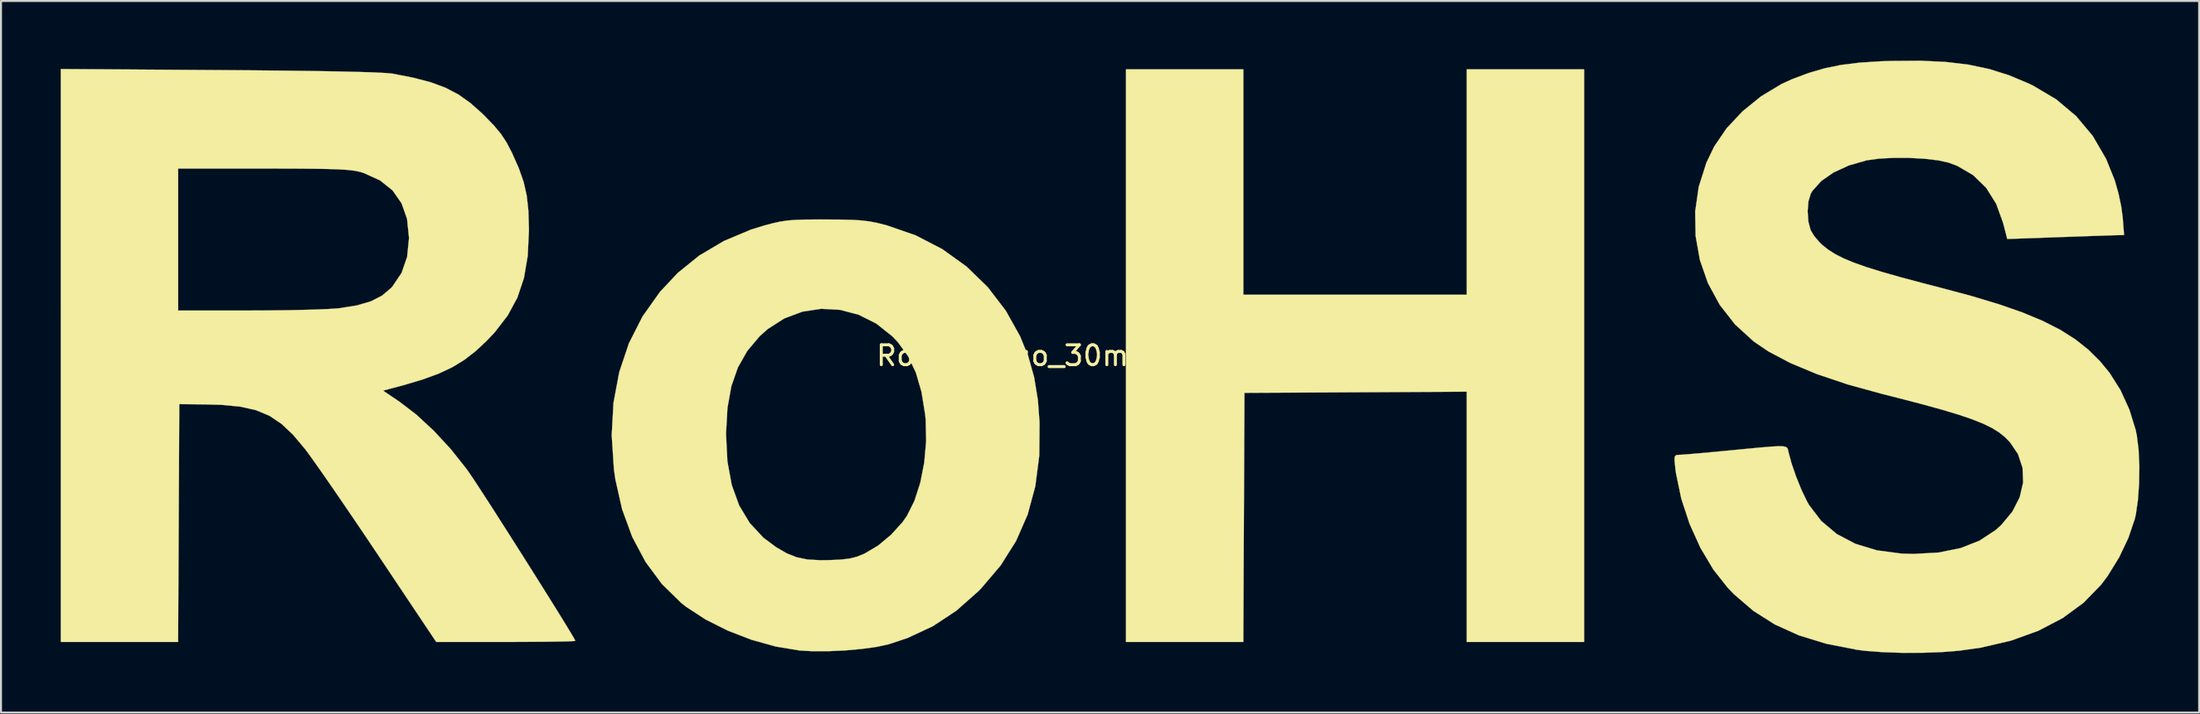
<source format=kicad_pcb>
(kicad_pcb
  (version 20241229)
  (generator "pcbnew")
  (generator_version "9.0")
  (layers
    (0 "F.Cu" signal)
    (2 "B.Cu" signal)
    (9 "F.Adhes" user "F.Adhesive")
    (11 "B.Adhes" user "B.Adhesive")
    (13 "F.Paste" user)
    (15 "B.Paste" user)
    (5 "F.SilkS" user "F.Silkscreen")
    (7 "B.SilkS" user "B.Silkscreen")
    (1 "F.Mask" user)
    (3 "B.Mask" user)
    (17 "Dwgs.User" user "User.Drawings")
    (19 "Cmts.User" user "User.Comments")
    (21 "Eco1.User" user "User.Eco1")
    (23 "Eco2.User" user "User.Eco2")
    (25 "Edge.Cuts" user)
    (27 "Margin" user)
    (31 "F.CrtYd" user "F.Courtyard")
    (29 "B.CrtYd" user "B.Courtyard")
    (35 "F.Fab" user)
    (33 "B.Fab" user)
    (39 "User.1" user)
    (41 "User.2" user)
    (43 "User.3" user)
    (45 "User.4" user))
  (footprint "RoHS-Logo_30mm_SilkScreen"
    (layer "F.Cu")
    (at 52.279 14.84)
    (property "Reference" "RoHS-Logo_30mm_SilkScreen" (at 0 0 0) (layer "F.SilkS") (effects (font (size 1 1) (thickness 0.15))))
    (attr board_only exclude_from_pos_files exclude_from_bom allow_missing_courtyard)
    (fp_poly (pts (xy 7.144 -3.062) (xy 18.37 -3.062) (xy 18.37 -14.401) (xy 24.266 -14.401) (xy 24.266 14.401) (xy 18.37 14.401) (xy 18.37 1.812) (xy 7.2 1.871) (xy 7.171 8.136) (xy 7.142 14.401) (xy 1.247 14.401) (xy 1.247 -14.401) (xy 7.144 -14.401) (xy 7.144 -3.062)) (stroke (width 0.01) (type solid)) (fill yes) (layer "F.SilkS"))
    (fp_poly (pts (xy -13.834 -6.849) (xy -13.077 -6.844) (xy -12.493 -6.829) (xy -12.031 -6.8) (xy -11.635 -6.75) (xy -11.254 -6.676) (xy -10.835 -6.571) (xy -10.765 -6.552) (xy -9.314 -6.049) (xy -7.977 -5.355) (xy -6.767 -4.484) (xy -5.7 -3.448) (xy -4.79 -2.259) (xy -4.075 -0.977) (xy -3.66 0.043) (xy -3.367 1.09) (xy -3.181 2.228) (xy -3.096 3.357) (xy -3.11 5.026) (xy -3.309 6.568) (xy -3.695 7.996) (xy -4.274 9.319) (xy -5.049 10.551) (xy -6.025 11.702) (xy -6.175 11.855) (xy -7.281 12.833) (xy -8.454 13.608) (xy -9.733 14.205) (xy -10.679 14.519) (xy -11.27 14.648) (xy -12.019 14.752) (xy -12.856 14.827) (xy -13.714 14.867) (xy -14.524 14.867) (xy -15.162 14.83) (xy -16.346 14.634) (xy -17.566 14.294) (xy -18.762 13.832) (xy -19.875 13.273) (xy -20.843 12.642) (xy -21.101 12.439) (xy -22.069 11.489) (xy -22.893 10.375) (xy -23.563 9.114) (xy -24.072 7.722) (xy -24.411 6.217) (xy -24.481 5.726) (xy -24.593 4.01) (xy -24.591 3.969) (xy -18.849 3.969) (xy -18.78 5.32) (xy -18.562 6.506) (xy -18.189 7.536) (xy -17.659 8.418) (xy -16.967 9.161) (xy -16.328 9.638) (xy -15.797 9.945) (xy -15.298 10.144) (xy -14.759 10.254) (xy -14.109 10.29) (xy -13.664 10.285) (xy -13.08 10.259) (xy -12.648 10.208) (xy -12.292 10.12) (xy -11.937 9.98) (xy -11.882 9.954) (xy -11.21 9.555) (xy -10.551 9.006) (xy -9.982 8.376) (xy -9.765 8.068) (xy -9.384 7.309) (xy -9.088 6.392) (xy -8.888 5.371) (xy -8.794 4.302) (xy -8.816 3.239) (xy -8.842 2.975) (xy -9.027 1.826) (xy -9.308 0.856) (xy -9.699 0.032) (xy -10.214 -0.678) (xy -10.496 -0.975) (xy -11.3 -1.614) (xy -12.183 -2.057) (xy -13.117 -2.304) (xy -14.071 -2.356) (xy -15.015 -2.212) (xy -15.92 -1.873) (xy -16.755 -1.338) (xy -17.162 -0.974) (xy -17.783 -0.235) (xy -18.253 0.594) (xy -18.582 1.54) (xy -18.777 2.628) (xy -18.848 3.885) (xy -18.849 3.969) (xy -24.591 3.969) (xy -24.504 2.373) (xy -24.214 0.826) (xy -23.727 -0.625) (xy -23.045 -1.971) (xy -22.171 -3.205) (xy -21.277 -4.16) (xy -20.192 -5.037) (xy -18.951 -5.771) (xy -17.591 -6.342) (xy -16.942 -6.543) (xy -16.509 -6.658) (xy -16.136 -6.741) (xy -15.771 -6.796) (xy -15.36 -6.829) (xy -14.851 -6.845) (xy -14.191 -6.85) (xy -13.834 -6.849)) (stroke (width 0.01) (type solid)) (fill yes) (layer "F.SilkS"))
    (fp_poly (pts (xy -44.308 -14.365) (xy -42.527 -14.351) (xy -40.936 -14.335) (xy -39.539 -14.317) (xy -38.343 -14.296) (xy -37.352 -14.273) (xy -36.571 -14.248) (xy -36.005 -14.221) (xy -35.659 -14.192) (xy -35.605 -14.185) (xy -34.553 -13.979) (xy -33.682 -13.75) (xy -32.948 -13.478) (xy -32.305 -13.142) (xy -31.709 -12.721) (xy -31.114 -12.194) (xy -30.988 -12.071) (xy -30.511 -11.577) (xy -30.158 -11.153) (xy -29.877 -10.726) (xy -29.615 -10.224) (xy -29.601 -10.195) (xy -29.256 -9.416) (xy -29.014 -8.722) (xy -28.861 -8.037) (xy -28.78 -7.286) (xy -28.753 -6.394) (xy -28.753 -6.293) (xy -28.813 -5.024) (xy -29.001 -3.913) (xy -29.331 -2.924) (xy -29.818 -2.022) (xy -30.476 -1.167) (xy -30.889 -0.732) (xy -31.443 -0.217) (xy -31.998 0.212) (xy -32.593 0.577) (xy -33.269 0.896) (xy -34.066 1.19) (xy -35.024 1.478) (xy -35.703 1.659) (xy -36.084 1.758) (xy -35.249 2.323) (xy -34.4 2.975) (xy -33.525 3.787) (xy -32.675 4.707) (xy -31.904 5.68) (xy -31.789 5.84) (xy -31.594 6.126) (xy -31.311 6.555) (xy -30.955 7.103) (xy -30.54 7.747) (xy -30.083 8.462) (xy -29.597 9.226) (xy -29.097 10.014) (xy -28.6 10.802) (xy -28.119 11.568) (xy -27.669 12.286) (xy -27.266 12.934) (xy -26.925 13.488) (xy -26.661 13.923) (xy -26.487 14.217) (xy -26.421 14.346) (xy -26.421 14.348) (xy -26.529 14.361) (xy -26.838 14.373) (xy -27.318 14.383) (xy -27.943 14.392) (xy -28.686 14.397) (xy -29.518 14.401) (xy -29.916 14.401) (xy -33.411 14.401) (xy -36.308 10.064) (xy -36.932 9.132) (xy -37.547 8.223) (xy -38.133 7.361) (xy -38.675 6.571) (xy -39.155 5.879) (xy -39.555 5.31) (xy -39.859 4.887) (xy -39.998 4.702) (xy -40.599 3.985) (xy -41.183 3.433) (xy -41.793 3.024) (xy -42.47 2.742) (xy -43.256 2.565) (xy -44.194 2.475) (xy -44.897 2.454) (xy -46.321 2.438) (xy -46.35 8.419) (xy -46.38 14.401) (xy -52.274 14.401) (xy -52.274 -9.412) (xy -46.378 -9.412) (xy -46.378 -2.268) (xy -42.834 -2.269) (xy -41.904 -2.273) (xy -40.998 -2.283) (xy -40.155 -2.3) (xy -39.413 -2.321) (xy -38.81 -2.347) (xy -38.385 -2.375) (xy -38.3 -2.383) (xy -37.407 -2.525) (xy -36.698 -2.731) (xy -36.136 -3.018) (xy -35.683 -3.4) (xy -35.615 -3.474) (xy -35.151 -4.162) (xy -34.874 -4.962) (xy -34.78 -5.888) (xy -34.781 -5.953) (xy -34.877 -6.88) (xy -35.152 -7.665) (xy -35.604 -8.311) (xy -36.236 -8.817) (xy -37.047 -9.185) (xy -37.196 -9.232) (xy -37.389 -9.28) (xy -37.63 -9.318) (xy -37.943 -9.349) (xy -38.351 -9.373) (xy -38.877 -9.39) (xy -39.546 -9.401) (xy -40.382 -9.408) (xy -41.406 -9.411) (xy -42.089 -9.412) (xy -46.378 -9.412) (xy -52.274 -9.412) (xy -52.274 -14.417) (xy -44.308 -14.365)) (stroke (width 0.01) (type solid)) (fill yes) (layer "F.SilkS"))
    (fp_poly (pts (xy 42.433 -14.775) (xy 43.58 -14.638) (xy 44.63 -14.415) (xy 45.624 -14.101) (xy 46.603 -13.689) (xy 46.819 -13.585) (xy 47.987 -12.893) (xy 48.987 -12.05) (xy 49.822 -11.053) (xy 50.493 -9.899) (xy 50.927 -8.823) (xy 51.11 -8.183) (xy 51.253 -7.507) (xy 51.328 -6.947) (xy 51.396 -6.067) (xy 51.07 -6.06) (xy 50.865 -6.055) (xy 50.47 -6.042) (xy 49.923 -6.024) (xy 49.261 -6.001) (xy 48.52 -5.975) (xy 48.135 -5.962) (xy 45.527 -5.869) (xy 45.321 -6.671) (xy 44.973 -7.635) (xy 44.469 -8.44) (xy 43.814 -9.08) (xy 43.016 -9.547) (xy 42.579 -9.71) (xy 42.054 -9.825) (xy 41.374 -9.905) (xy 40.609 -9.947) (xy 39.828 -9.95) (xy 39.1 -9.912) (xy 38.494 -9.831) (xy 38.45 -9.822) (xy 37.569 -9.568) (xy 36.802 -9.216) (xy 36.181 -8.784) (xy 35.742 -8.294) (xy 35.652 -8.142) (xy 35.537 -7.76) (xy 35.498 -7.263) (xy 35.533 -6.749) (xy 35.645 -6.317) (xy 35.645 -6.316) (xy 35.825 -6.019) (xy 36.102 -5.693) (xy 36.237 -5.564) (xy 36.534 -5.329) (xy 36.881 -5.109) (xy 37.299 -4.895) (xy 37.812 -4.682) (xy 38.441 -4.459) (xy 39.208 -4.219) (xy 40.137 -3.954) (xy 41.248 -3.656) (xy 42.182 -3.414) (xy 43.751 -2.994) (xy 45.116 -2.582) (xy 46.297 -2.17) (xy 47.316 -1.745) (xy 48.193 -1.298) (xy 48.95 -0.818) (xy 49.609 -0.294) (xy 50.19 0.284) (xy 50.668 0.866) (xy 51.213 1.727) (xy 51.663 2.714) (xy 51.977 3.73) (xy 52.037 4.018) (xy 52.125 4.726) (xy 52.163 5.553) (xy 52.151 6.423) (xy 52.093 7.257) (xy 51.989 7.977) (xy 51.938 8.207) (xy 51.615 9.164) (xy 51.146 10.151) (xy 50.573 11.081) (xy 50.242 11.523) (xy 49.365 12.427) (xy 48.311 13.201) (xy 47.088 13.84) (xy 45.708 14.338) (xy 44.181 14.692) (xy 43.113 14.842) (xy 42.232 14.912) (xy 41.25 14.947) (xy 40.238 14.948) (xy 39.267 14.915) (xy 38.408 14.85) (xy 37.987 14.797) (xy 36.437 14.494) (xy 35.064 14.072) (xy 33.847 13.522) (xy 32.763 12.833) (xy 31.789 11.995) (xy 31.49 11.685) (xy 30.758 10.758) (xy 30.108 9.664) (xy 29.563 8.456) (xy 29.147 7.189) (xy 28.882 5.913) (xy 28.847 5.641) (xy 28.81 5.276) (xy 28.819 5.081) (xy 28.888 5.003) (xy 29.035 4.989) (xy 29.042 4.989) (xy 29.234 4.979) (xy 29.613 4.949) (xy 30.141 4.903) (xy 30.778 4.845) (xy 31.486 4.778) (xy 31.637 4.764) (xy 32.506 4.679) (xy 33.177 4.616) (xy 33.675 4.575) (xy 34.027 4.556) (xy 34.26 4.561) (xy 34.4 4.59) (xy 34.474 4.644) (xy 34.508 4.723) (xy 34.53 4.83) (xy 34.534 4.848) (xy 34.69 5.424) (xy 34.919 6.088) (xy 35.187 6.75) (xy 35.459 7.319) (xy 35.566 7.509) (xy 36.184 8.32) (xy 36.962 8.972) (xy 37.894 9.464) (xy 38.975 9.793) (xy 40.199 9.956) (xy 40.821 9.975) (xy 42.086 9.902) (xy 43.187 9.68) (xy 44.134 9.306) (xy 44.939 8.777) (xy 45.222 8.523) (xy 45.784 7.846) (xy 46.153 7.123) (xy 46.325 6.38) (xy 46.297 5.647) (xy 46.066 4.95) (xy 45.664 4.355) (xy 45.411 4.097) (xy 45.116 3.861) (xy 44.758 3.638) (xy 44.316 3.421) (xy 43.77 3.203) (xy 43.098 2.974) (xy 42.28 2.727) (xy 41.295 2.455) (xy 40.122 2.149) (xy 39.268 1.933) (xy 37.507 1.448) (xy 35.961 0.927) (xy 34.631 0.372) (xy 33.52 -0.216) (xy 32.791 -0.711) (xy 31.848 -1.571) (xy 31.079 -2.558) (xy 30.489 -3.645) (xy 30.084 -4.808) (xy 29.868 -6.02) (xy 29.847 -7.257) (xy 30.025 -8.492) (xy 30.409 -9.702) (xy 30.8 -10.516) (xy 31.424 -11.435) (xy 32.228 -12.292) (xy 33.163 -13.049) (xy 34.185 -13.664) (xy 34.724 -13.91) (xy 35.557 -14.222) (xy 36.36 -14.457) (xy 37.189 -14.625) (xy 38.103 -14.738) (xy 39.16 -14.806) (xy 39.689 -14.824) (xy 41.15 -14.835) (xy 42.433 -14.775)) (stroke (width 0.01) (type solid)) (fill yes) (layer "F.SilkS")))
  (gr_rect
    (start -3 -3)
    (end 107.447 32.793)
    (stroke (width 0.1) (type default))
    (fill no)
    (layer "Edge.Cuts")))
</source>
